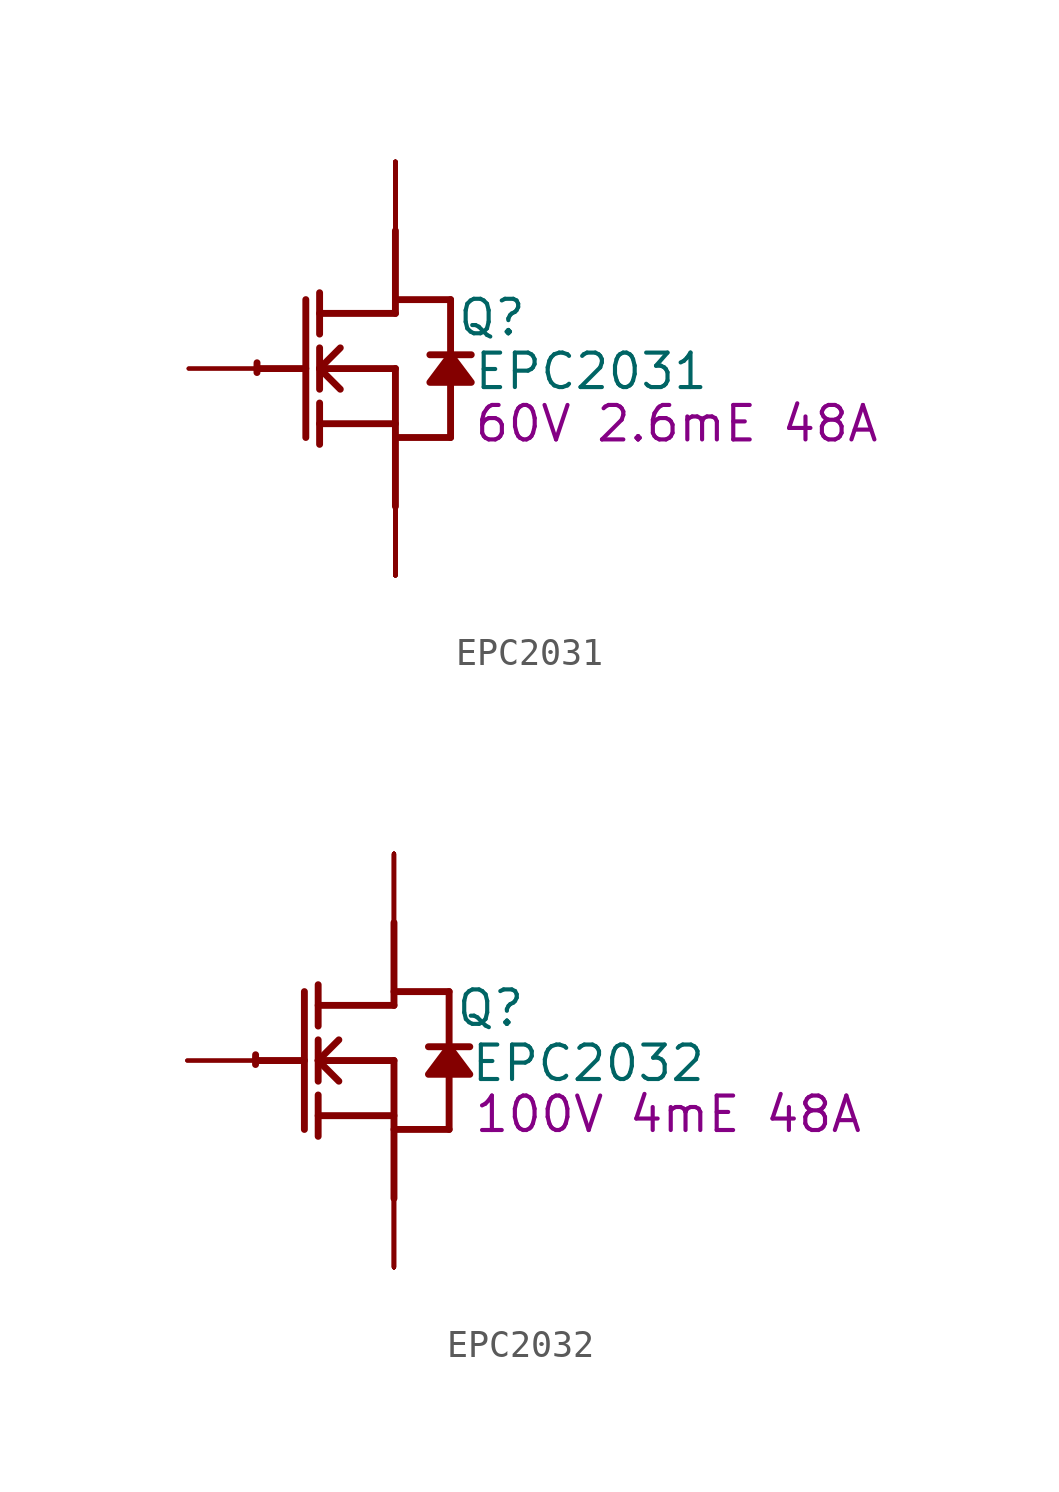
<source format=kicad_sym>
(kicad_symbol_lib
  (version 20220914)
  (generator kicad_symbol_editor)
  (symbol "EPC2031"
    (property "Reference" "Q"
      (at 3.556 1.88 0)
      (effects (font (size 1.27 1.27))))
    (property "Value" "EPC2031"
      (at 7.214 -0.102 0)
      (effects (font (size 1.27 1.27))))
    (property "Description" "60V 2.6mE 48A"
      (at 10.363 -2.032 0)
      (effects (font (size 1.27 1.27))))
    (symbol "EPC2031_1_0"
      (arc (start -5.0996 0.2128) (mid -5.1039 0.0331) (end -5.1019 -0.1467) (stroke (width 0.254) (type solid)) (fill (type none)))
      (polyline (pts (xy -5.08 0) (xy -3.302 0)) (stroke (width 0.254) (type solid)) (fill (type none)))
      (polyline (pts (xy -3.302 2.54) (xy -3.302 -2.54)) (stroke (width 0.254) (type solid)) (fill (type none)))
      (polyline (pts (xy -2.794 -2.794) (xy -2.794 -1.27)) (stroke (width 0.254) (type solid)) (fill (type none)))
      (polyline (pts (xy -2.794 -2.032) (xy 0 -2.032)) (stroke (width 0.254) (type solid)) (fill (type none)))
      (polyline (pts (xy -2.794 -0.762) (xy -2.794 0.762)) (stroke (width 0.254) (type solid)) (fill (type none)))
      (polyline (pts (xy -2.794 0) (xy -2.032 0.762)) (stroke (width 0.254) (type solid)) (fill (type none)))
      (polyline (pts (xy -2.794 0) (xy 0 0)) (stroke (width 0.254) (type solid)) (fill (type none)))
      (polyline (pts (xy -2.794 1.27) (xy -2.794 2.794)) (stroke (width 0.254) (type solid)) (fill (type none)))
      (polyline (pts (xy -2.032 -0.762) (xy -2.794 0)) (stroke (width 0.254) (type solid)) (fill (type none)))
      (polyline (pts (xy 0 -2.54) (xy 2.032 -2.54)) (stroke (width 0.254) (type solid)) (fill (type none)))
      (polyline (pts (xy 0 0) (xy 0 -5.08)) (stroke (width 0.254) (type solid)) (fill (type none)))
      (polyline (pts (xy 0 2.032) (xy -2.794 2.032)) (stroke (width 0.254) (type solid)) (fill (type none)))
      (polyline (pts (xy 0 2.032) (xy 0 5.08)) (stroke (width 0.254) (type solid)) (fill (type none)))
      (polyline (pts (xy 0 2.54) (xy 2.032 2.54)) (stroke (width 0.254) (type solid)) (fill (type none)))
      (polyline (pts (xy 2.032 -0.508) (xy 2.032 -2.54)) (stroke (width 0.254) (type solid)) (fill (type none)))
      (polyline (pts (xy 2.032 2.54) (xy 2.032 0.508)) (stroke (width 0.254) (type solid)) (fill (type none)))
      (polyline (pts (xy 2.794 0.508) (xy 1.27 0.508)) (stroke (width 0.254) (type solid)) (fill (type none)))
      (polyline (pts (xy 2.032 0.508) (xy 1.27 -0.508) (xy 2.794 -0.508) (xy 2.032 0.508)) (stroke (width 0.254) (type solid)) (fill (type outline)))
      (pin passive line (at -7.62 0 0) (length 2.54) (name "G" (effects (font (size 0 0)))) (number "1" (effects (font (size 0 0)))))
      (pin open_emitter line (at 0 -7.62 90) (length 2.54) (name "S3" (effects (font (size 0 0)))) (number "10" (effects (font (size 0 0)))))
      (pin open_emitter line (at 0 -7.62 90) (length 2.54) (name "S4" (effects (font (size 0 0)))) (number "11" (effects (font (size 0 0)))))
      (pin open_emitter line (at 0 -7.62 90) (length 2.54) (name "Sub" (effects (font (size 0 0)))) (number "12" (effects (font (size 0 0)))))
      (pin open_emitter line (at 0 -7.62 90) (length 2.54) (name "S5" (effects (font (size 0 0)))) (number "13" (effects (font (size 0 0)))))
      (pin open_emitter line (at 0 -7.62 90) (length 2.54) (name "S6" (effects (font (size 0 0)))) (number "14" (effects (font (size 0 0)))))
      (pin open_collector line (at 0 7.62 270) (length 2.54) (name "D6" (effects (font (size 0 0)))) (number "15" (effects (font (size 0 0)))))
      (pin open_collector line (at 0 7.62 270) (length 2.54) (name "D7" (effects (font (size 0 0)))) (number "16" (effects (font (size 0 0)))))
      (pin open_collector line (at 0 7.62 270) (length 2.54) (name "D8" (effects (font (size 0 0)))) (number "17" (effects (font (size 0 0)))))
      (pin open_collector line (at 0 7.62 270) (length 2.54) (name "D9" (effects (font (size 0 0)))) (number "18" (effects (font (size 0 0)))))
      (pin open_collector line (at 0 7.62 270) (length 2.54) (name "D10" (effects (font (size 0 0)))) (number "19" (effects (font (size 0 0)))))
      (pin passive line (at -7.62 0 0) (length 2.54) (name "G" (effects (font (size 0 0)))) (number "2" (effects (font (size 0 0)))))
      (pin open_emitter line (at 0 -7.62 90) (length 2.54) (name "S7" (effects (font (size 0 0)))) (number "20" (effects (font (size 0 0)))))
      (pin open_emitter line (at 0 -7.62 90) (length 2.54) (name "S8" (effects (font (size 0 0)))) (number "21" (effects (font (size 0 0)))))
      (pin open_emitter line (at 0 -7.62 90) (length 2.54) (name "S9" (effects (font (size 0 0)))) (number "22" (effects (font (size 0 0)))))
      (pin open_emitter line (at 0 -7.62 90) (length 2.54) (name "S10" (effects (font (size 0 0)))) (number "23" (effects (font (size 0 0)))))
      (pin open_emitter line (at 0 -7.62 90) (length 2.54) (name "S11" (effects (font (size 0 0)))) (number "24" (effects (font (size 0 0)))))
      (pin open_emitter line (at 0 -7.62 90) (length 2.54) (name "S1" (effects (font (size 0 0)))) (number "3" (effects (font (size 0 0)))))
      (pin open_emitter line (at 0 -7.62 90) (length 2.54) (name "S2" (effects (font (size 0 0)))) (number "4" (effects (font (size 0 0)))))
      (pin open_collector line (at 0 7.62 270) (length 2.54) (name "D1" (effects (font (size 0 0)))) (number "5" (effects (font (size 0 0)))))
      (pin open_collector line (at 0 7.62 270) (length 2.54) (name "D2" (effects (font (size 0 0)))) (number "6" (effects (font (size 0 0)))))
      (pin open_collector line (at 0 7.62 270) (length 2.54) (name "D3" (effects (font (size 0 0)))) (number "7" (effects (font (size 0 0)))))
      (pin open_collector line (at 0 7.62 270) (length 2.54) (name "D4" (effects (font (size 0 0)))) (number "8" (effects (font (size 0 0)))))
      (pin open_collector line (at 0 7.62 270) (length 2.54) (name "D5" (effects (font (size 0 0)))) (number "9" (effects (font (size 0 0)))))))
  (symbol "EPC2032"
    (property "Reference" "Q"
      (at 3.556 1.93 0)
      (effects (font (size 1.27 1.27))))
    (property "Value" "EPC2032"
      (at 7.163 -0.102 0)
      (effects (font (size 1.27 1.27))))
    (property "Description" "100V 4mE 48A"
      (at 10.109 -1.981 0)
      (effects (font (size 1.27 1.27))))
    (symbol "EPC2032_1_0"
      (arc (start -5.0996 0.2128) (mid -5.1039 0.0331) (end -5.1019 -0.1467) (stroke (width 0.254) (type solid)) (fill (type none)))
      (polyline (pts (xy -5.08 0) (xy -3.302 0)) (stroke (width 0.254) (type solid)) (fill (type none)))
      (polyline (pts (xy -3.302 2.54) (xy -3.302 -2.54)) (stroke (width 0.254) (type solid)) (fill (type none)))
      (polyline (pts (xy -2.794 -2.794) (xy -2.794 -1.27)) (stroke (width 0.254) (type solid)) (fill (type none)))
      (polyline (pts (xy -2.794 -2.032) (xy 0 -2.032)) (stroke (width 0.254) (type solid)) (fill (type none)))
      (polyline (pts (xy -2.794 -0.762) (xy -2.794 0.762)) (stroke (width 0.254) (type solid)) (fill (type none)))
      (polyline (pts (xy -2.794 0) (xy -2.032 0.762)) (stroke (width 0.254) (type solid)) (fill (type none)))
      (polyline (pts (xy -2.794 0) (xy 0 0)) (stroke (width 0.254) (type solid)) (fill (type none)))
      (polyline (pts (xy -2.794 1.27) (xy -2.794 2.794)) (stroke (width 0.254) (type solid)) (fill (type none)))
      (polyline (pts (xy -2.032 -0.762) (xy -2.794 0)) (stroke (width 0.254) (type solid)) (fill (type none)))
      (polyline (pts (xy 0 -2.54) (xy 2.032 -2.54)) (stroke (width 0.254) (type solid)) (fill (type none)))
      (polyline (pts (xy 0 0) (xy 0 -5.08)) (stroke (width 0.254) (type solid)) (fill (type none)))
      (polyline (pts (xy 0 2.032) (xy -2.794 2.032)) (stroke (width 0.254) (type solid)) (fill (type none)))
      (polyline (pts (xy 0 2.032) (xy 0 5.08)) (stroke (width 0.254) (type solid)) (fill (type none)))
      (polyline (pts (xy 0 2.54) (xy 2.032 2.54)) (stroke (width 0.254) (type solid)) (fill (type none)))
      (polyline (pts (xy 2.032 -0.508) (xy 2.032 -2.54)) (stroke (width 0.254) (type solid)) (fill (type none)))
      (polyline (pts (xy 2.032 2.54) (xy 2.032 0.508)) (stroke (width 0.254) (type solid)) (fill (type none)))
      (polyline (pts (xy 2.794 0.508) (xy 1.27 0.508)) (stroke (width 0.254) (type solid)) (fill (type none)))
      (polyline (pts (xy 2.032 0.508) (xy 1.27 -0.508) (xy 2.794 -0.508) (xy 2.032 0.508)) (stroke (width 0.254) (type solid)) (fill (type outline)))
      (pin passive line (at -7.62 0 0) (length 2.54) (name "G" (effects (font (size 0 0)))) (number "1" (effects (font (size 0 0)))))
      (pin open_emitter line (at 0 -7.62 90) (length 2.54) (name "S3" (effects (font (size 0 0)))) (number "10" (effects (font (size 0 0)))))
      (pin open_emitter line (at 0 -7.62 90) (length 2.54) (name "S4" (effects (font (size 0 0)))) (number "11" (effects (font (size 0 0)))))
      (pin open_emitter line (at 0 -7.62 90) (length 2.54) (name "Sub" (effects (font (size 0 0)))) (number "12" (effects (font (size 0 0)))))
      (pin open_emitter line (at 0 -7.62 90) (length 2.54) (name "S5" (effects (font (size 0 0)))) (number "13" (effects (font (size 0 0)))))
      (pin open_emitter line (at 0 -7.62 90) (length 2.54) (name "S6" (effects (font (size 0 0)))) (number "14" (effects (font (size 0 0)))))
      (pin open_collector line (at 0 7.62 270) (length 2.54) (name "D6" (effects (font (size 0 0)))) (number "15" (effects (font (size 0 0)))))
      (pin open_collector line (at 0 7.62 270) (length 2.54) (name "D7" (effects (font (size 0 0)))) (number "16" (effects (font (size 0 0)))))
      (pin open_collector line (at 0 7.62 270) (length 2.54) (name "D8" (effects (font (size 0 0)))) (number "17" (effects (font (size 0 0)))))
      (pin open_collector line (at 0 7.62 270) (length 2.54) (name "D9" (effects (font (size 0 0)))) (number "18" (effects (font (size 0 0)))))
      (pin open_collector line (at 0 7.62 270) (length 2.54) (name "D10" (effects (font (size 0 0)))) (number "19" (effects (font (size 0 0)))))
      (pin passive line (at -7.62 0 0) (length 2.54) (name "G" (effects (font (size 0 0)))) (number "2" (effects (font (size 0 0)))))
      (pin open_emitter line (at 0 -7.62 90) (length 2.54) (name "S7" (effects (font (size 0 0)))) (number "20" (effects (font (size 0 0)))))
      (pin open_emitter line (at 0 -7.62 90) (length 2.54) (name "S8" (effects (font (size 0 0)))) (number "21" (effects (font (size 0 0)))))
      (pin open_emitter line (at 0 -7.62 90) (length 2.54) (name "S9" (effects (font (size 0 0)))) (number "22" (effects (font (size 0 0)))))
      (pin open_emitter line (at 0 -7.62 90) (length 2.54) (name "S10" (effects (font (size 0 0)))) (number "23" (effects (font (size 0 0)))))
      (pin open_emitter line (at 0 -7.62 90) (length 2.54) (name "S11" (effects (font (size 0 0)))) (number "24" (effects (font (size 0 0)))))
      (pin open_emitter line (at 0 -7.62 90) (length 2.54) (name "S1" (effects (font (size 0 0)))) (number "3" (effects (font (size 0 0)))))
      (pin open_emitter line (at 0 -7.62 90) (length 2.54) (name "S2" (effects (font (size 0 0)))) (number "4" (effects (font (size 0 0)))))
      (pin open_collector line (at 0 7.62 270) (length 2.54) (name "D1" (effects (font (size 0 0)))) (number "5" (effects (font (size 0 0)))))
      (pin open_collector line (at 0 7.62 270) (length 2.54) (name "D2" (effects (font (size 0 0)))) (number "6" (effects (font (size 0 0)))))
      (pin open_collector line (at 0 7.62 270) (length 2.54) (name "D3" (effects (font (size 0 0)))) (number "7" (effects (font (size 0 0)))))
      (pin open_collector line (at 0 7.62 270) (length 2.54) (name "D4" (effects (font (size 0 0)))) (number "8" (effects (font (size 0 0)))))
      (pin open_collector line (at 0 7.62 270) (length 2.54) (name "D5" (effects (font (size 0 0)))) (number "9" (effects (font (size 0 0))))))))
</source>
